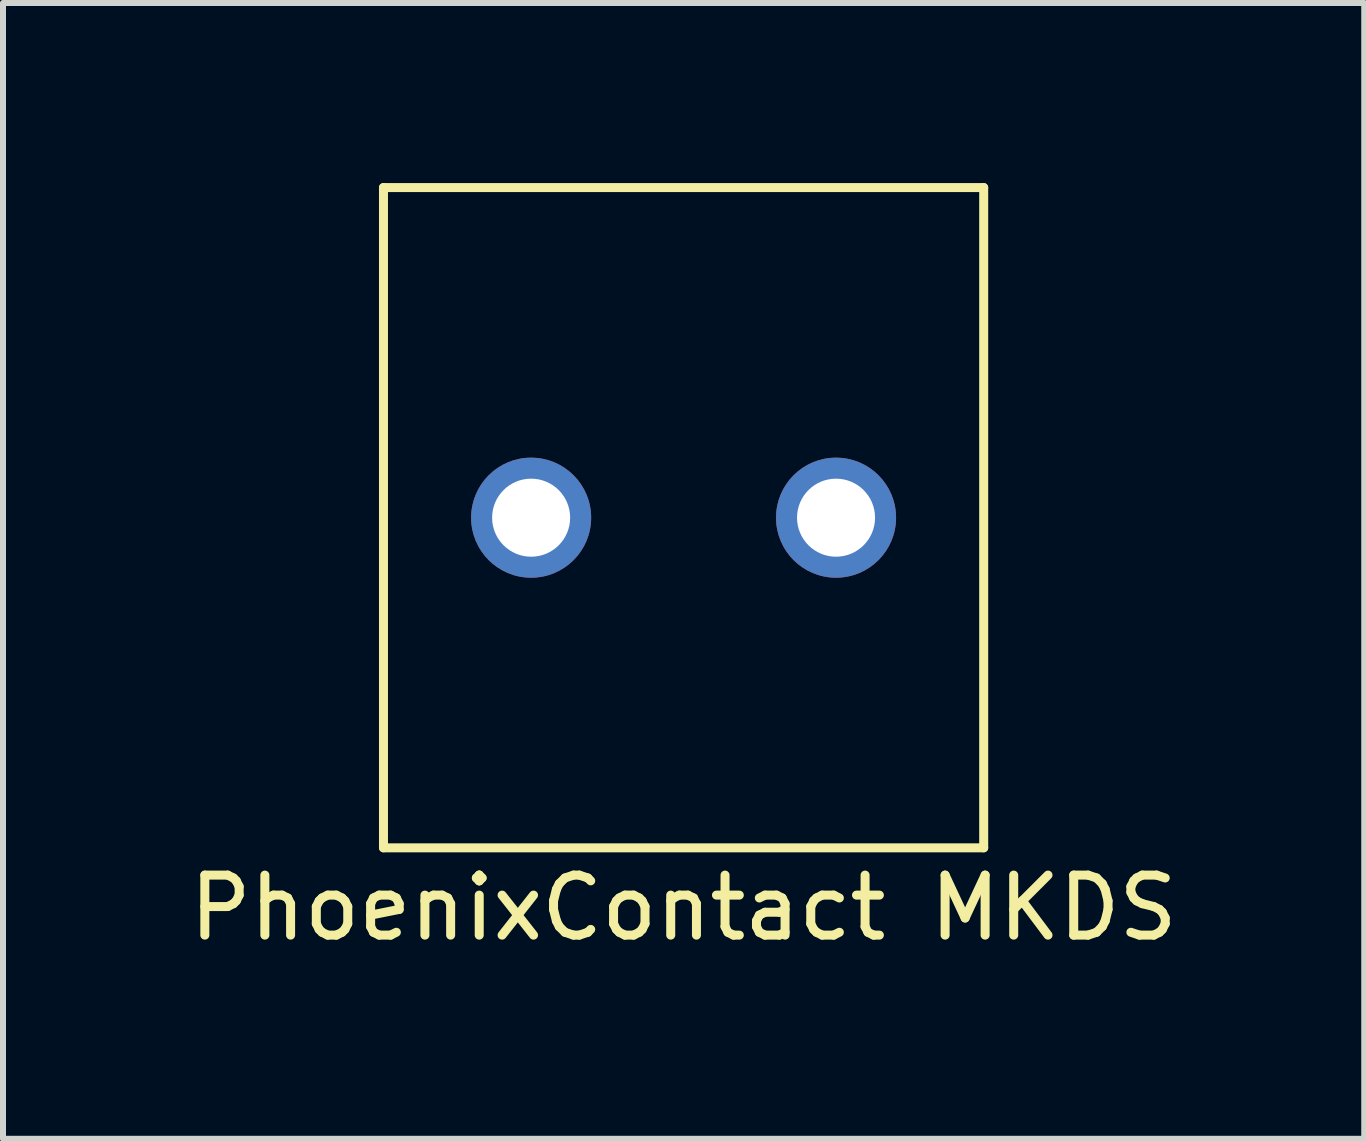
<source format=kicad_pcb>
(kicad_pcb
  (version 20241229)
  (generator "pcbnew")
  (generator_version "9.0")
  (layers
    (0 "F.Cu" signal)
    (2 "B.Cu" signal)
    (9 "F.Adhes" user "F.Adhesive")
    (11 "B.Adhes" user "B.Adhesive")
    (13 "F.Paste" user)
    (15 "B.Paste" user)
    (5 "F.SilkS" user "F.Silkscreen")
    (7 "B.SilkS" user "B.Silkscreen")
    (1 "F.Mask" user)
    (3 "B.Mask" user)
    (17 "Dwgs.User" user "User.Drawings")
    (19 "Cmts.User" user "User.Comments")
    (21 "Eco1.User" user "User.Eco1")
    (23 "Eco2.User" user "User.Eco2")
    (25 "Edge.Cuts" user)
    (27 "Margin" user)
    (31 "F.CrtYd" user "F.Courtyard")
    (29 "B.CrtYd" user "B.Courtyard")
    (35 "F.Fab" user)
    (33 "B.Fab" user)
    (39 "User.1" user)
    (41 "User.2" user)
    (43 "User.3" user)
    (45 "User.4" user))
  (footprint "PhoenixContact MKDS"
    (layer "F.Cu")
    (at 8.339 5.575)
    (property "Reference" "PhoenixContact MKDS" (at 0 6.5 0) (layer "F.SilkS") (effects (font (size 1 1) (thickness 0.15))))
    (attr through_hole)
    (fp_line (start -5 -5.5) (end -5 5.5) (stroke (width 0.15) (type solid)) (layer "F.SilkS"))
    (fp_line (start -5 5.5) (end 5 5.5) (stroke (width 0.15) (type solid)) (layer "F.SilkS"))
    (fp_line (start 5 -5.5) (end -5 -5.5) (stroke (width 0.15) (type solid)) (layer "F.SilkS"))
    (fp_line (start 5 5.5) (end 5 -5.5) (stroke (width 0.15) (type solid)) (layer "F.SilkS"))
    (pad "1" thru_hole circle (at -2.54 0) (size 2 2) (drill 1.3) (layers "*.Cu" "*.Mask"))
    (pad "2" thru_hole circle (at 2.54 0) (size 2 2) (drill 1.3) (layers "*.Cu" "*.Mask")))
  (gr_rect
    (start -3 -3)
    (end 19.679 15.923)
    (stroke (width 0.1) (type default))
    (fill no)
    (layer "Edge.Cuts")))
</source>
